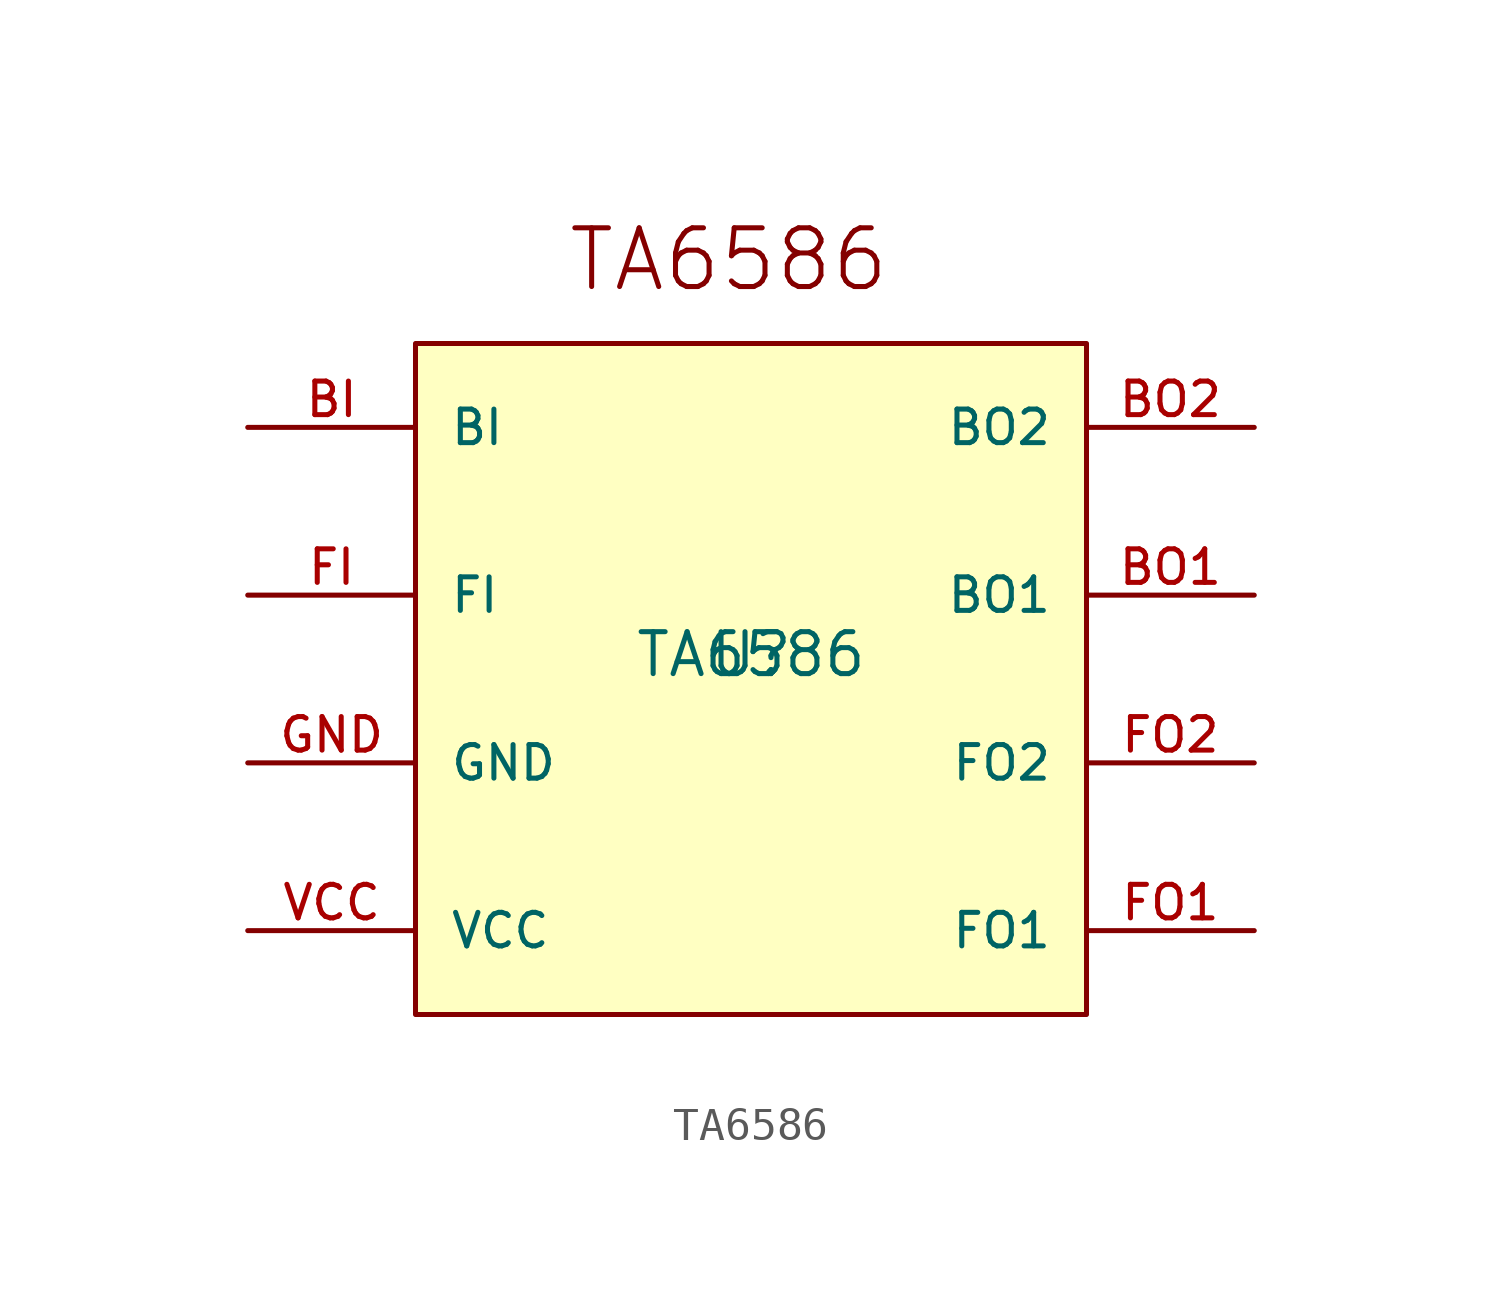
<source format=kicad_sym>
(kicad_symbol_lib
  (version 20211014)
  (generator kicad_symbol_editor)
  (symbol "TA6586"
    (pin_names
      (offset 1.016))
    (property "Reference" "U"
      (at 0 0 0)
      (effects (font (size 1.27 1.27)) (justify bottom)))
    (property "Value" "TA6586"
      (at 0 0.0 0)
      (effects (font (size 1.27 1.27)) (justify bottom)))
    (symbol "TA6586_0_0"
      (text "TA6586 " (at 0.0 12.7 0) (effects (font (size 1.778 1.778))))
      (rectangle (start -10.16 -10.16) (end 10.16 10.16) (stroke (width 0.152)) (fill (type background)))
      (pin bidirectional line (at -15.24 7.62 0) (length 5.08) (name "BI" (effects (font (size 1.016 1.016)))) (number "BI" (effects (font (size 1.016 1.016)))))
      (pin bidirectional line (at -15.24 2.54 0) (length 5.08) (name "FI" (effects (font (size 1.016 1.016)))) (number "FI" (effects (font (size 1.016 1.016)))))
      (pin bidirectional line (at -15.24 -2.54 0) (length 5.08) (name "GND" (effects (font (size 1.016 1.016)))) (number "GND" (effects (font (size 1.016 1.016)))))
      (pin bidirectional line (at -15.24 -7.62 0) (length 5.08) (name "VCC" (effects (font (size 1.016 1.016)))) (number "VCC" (effects (font (size 1.016 1.016)))))
      (pin bidirectional line (at 15.24 7.62 180.0) (length 5.08) (name "BO2" (effects (font (size 1.016 1.016)))) (number "BO2" (effects (font (size 1.016 1.016)))))
      (pin bidirectional line (at 15.24 2.54 180.0) (length 5.08) (name "BO1" (effects (font (size 1.016 1.016)))) (number "BO1" (effects (font (size 1.016 1.016)))))
      (pin bidirectional line (at 15.24 -2.54 180.0) (length 5.08) (name "FO2" (effects (font (size 1.016 1.016)))) (number "FO2" (effects (font (size 1.016 1.016)))))
      (pin bidirectional line (at 15.24 -7.62 180.0) (length 5.08) (name "FO1" (effects (font (size 1.016 1.016)))) (number "FO1" (effects (font (size 1.016 1.016))))))))
</source>
